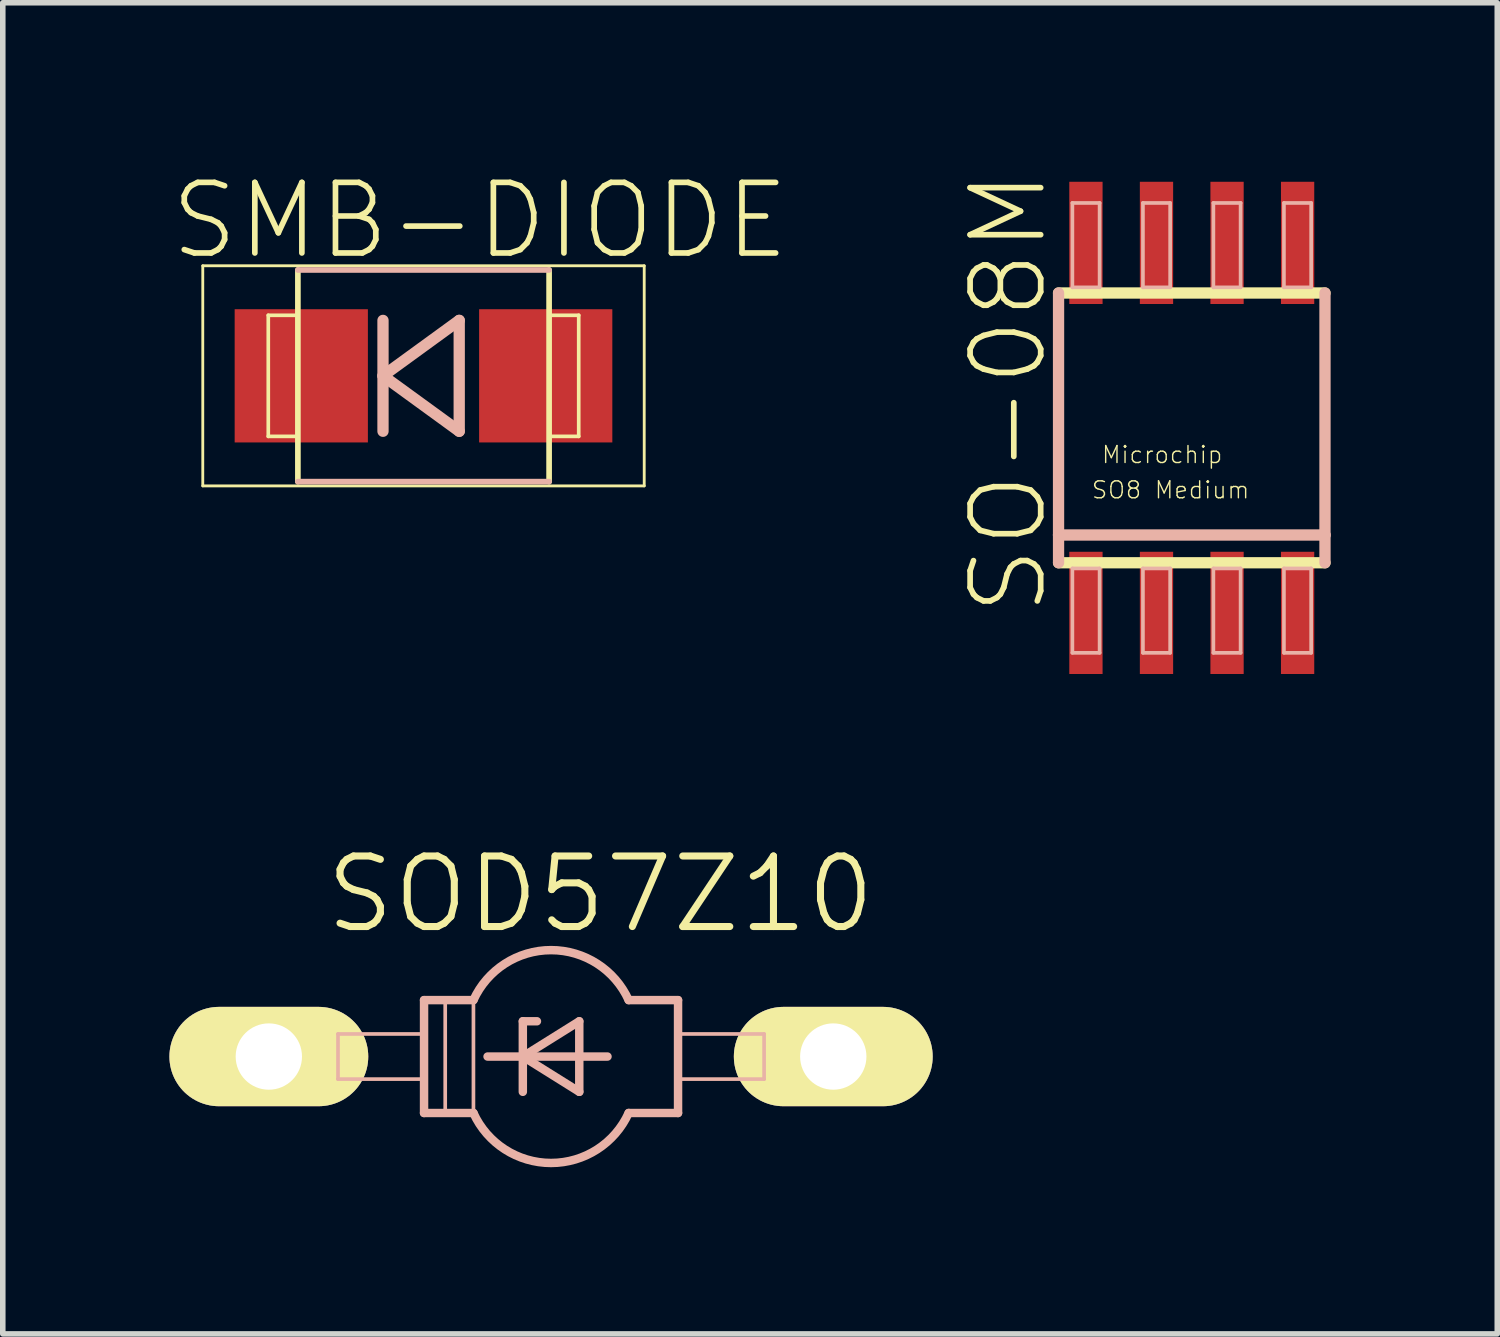
<source format=kicad_pcb>
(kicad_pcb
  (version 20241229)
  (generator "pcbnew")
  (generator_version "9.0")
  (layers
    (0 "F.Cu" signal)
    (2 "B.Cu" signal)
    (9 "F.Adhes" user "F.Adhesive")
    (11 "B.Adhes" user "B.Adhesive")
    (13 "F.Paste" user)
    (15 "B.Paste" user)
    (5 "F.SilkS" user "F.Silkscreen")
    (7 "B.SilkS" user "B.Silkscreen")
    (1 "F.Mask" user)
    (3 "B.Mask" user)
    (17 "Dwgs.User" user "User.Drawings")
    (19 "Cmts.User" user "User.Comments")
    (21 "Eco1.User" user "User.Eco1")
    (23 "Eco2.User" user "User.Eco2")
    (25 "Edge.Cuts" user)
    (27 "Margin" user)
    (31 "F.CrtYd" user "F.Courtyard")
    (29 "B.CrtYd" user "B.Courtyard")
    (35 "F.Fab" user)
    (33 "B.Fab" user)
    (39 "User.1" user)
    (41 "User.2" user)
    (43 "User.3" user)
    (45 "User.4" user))
  (footprint "SO-08M"
    (layer "F.Cu")
    (at 18.402 4.652)
    (property "Reference" "SO-08M" (at -3.302 -0.635 90) (layer "F.SilkS") (effects (font (size 1.27 1.27) (thickness 0.102))))
    (attr smd)
    (fp_line (start -2.398 -2.428) (end 2.398 -2.428) (stroke (width 0.203) (type solid)) (layer "F.SilkS"))
    (fp_line (start 2.398 2.428) (end -2.398 2.428) (stroke (width 0.203) (type solid)) (layer "F.SilkS"))
    (fp_line (start -2.398 1.928) (end -2.398 -2.428) (stroke (width 0.203) (type solid)) (layer "B.SilkS"))
    (fp_line (start -2.398 2.428) (end -2.398 1.928) (stroke (width 0.203) (type solid)) (layer "B.SilkS"))
    (fp_line (start -2.149 -4.049) (end -1.659 -4.049) (stroke (width 0.066) (type solid)) (layer "B.SilkS"))
    (fp_line (start -2.149 -2.53) (end -2.149 -4.049) (stroke (width 0.066) (type solid)) (layer "B.SilkS"))
    (fp_line (start -2.149 -2.53) (end -1.659 -2.53) (stroke (width 0.066) (type solid)) (layer "B.SilkS"))
    (fp_line (start -2.149 2.53) (end -1.659 2.53) (stroke (width 0.066) (type solid)) (layer "B.SilkS"))
    (fp_line (start -2.149 4.049) (end -2.149 2.53) (stroke (width 0.066) (type solid)) (layer "B.SilkS"))
    (fp_line (start -2.149 4.049) (end -1.659 4.049) (stroke (width 0.066) (type solid)) (layer "B.SilkS"))
    (fp_line (start -1.659 -2.53) (end -1.659 -4.049) (stroke (width 0.066) (type solid)) (layer "B.SilkS"))
    (fp_line (start -1.659 4.049) (end -1.659 2.53) (stroke (width 0.066) (type solid)) (layer "B.SilkS"))
    (fp_line (start -0.879 -4.049) (end -0.389 -4.049) (stroke (width 0.066) (type solid)) (layer "B.SilkS"))
    (fp_line (start -0.879 -2.53) (end -0.879 -4.049) (stroke (width 0.066) (type solid)) (layer "B.SilkS"))
    (fp_line (start -0.879 -2.53) (end -0.389 -2.53) (stroke (width 0.066) (type solid)) (layer "B.SilkS"))
    (fp_line (start -0.879 2.53) (end -0.389 2.53) (stroke (width 0.066) (type solid)) (layer "B.SilkS"))
    (fp_line (start -0.879 4.049) (end -0.879 2.53) (stroke (width 0.066) (type solid)) (layer "B.SilkS"))
    (fp_line (start -0.879 4.049) (end -0.389 4.049) (stroke (width 0.066) (type solid)) (layer "B.SilkS"))
    (fp_line (start -0.389 -2.53) (end -0.389 -4.049) (stroke (width 0.066) (type solid)) (layer "B.SilkS"))
    (fp_line (start -0.389 4.049) (end -0.389 2.53) (stroke (width 0.066) (type solid)) (layer "B.SilkS"))
    (fp_line (start 0.389 -4.049) (end 0.879 -4.049) (stroke (width 0.066) (type solid)) (layer "B.SilkS"))
    (fp_line (start 0.389 -2.53) (end 0.389 -4.049) (stroke (width 0.066) (type solid)) (layer "B.SilkS"))
    (fp_line (start 0.389 -2.53) (end 0.879 -2.53) (stroke (width 0.066) (type solid)) (layer "B.SilkS"))
    (fp_line (start 0.389 2.53) (end 0.879 2.53) (stroke (width 0.066) (type solid)) (layer "B.SilkS"))
    (fp_line (start 0.389 4.049) (end 0.389 2.53) (stroke (width 0.066) (type solid)) (layer "B.SilkS"))
    (fp_line (start 0.389 4.049) (end 0.879 4.049) (stroke (width 0.066) (type solid)) (layer "B.SilkS"))
    (fp_line (start 0.879 -2.53) (end 0.879 -4.049) (stroke (width 0.066) (type solid)) (layer "B.SilkS"))
    (fp_line (start 0.879 4.049) (end 0.879 2.53) (stroke (width 0.066) (type solid)) (layer "B.SilkS"))
    (fp_line (start 1.659 -4.049) (end 2.149 -4.049) (stroke (width 0.066) (type solid)) (layer "B.SilkS"))
    (fp_line (start 1.659 -2.53) (end 1.659 -4.049) (stroke (width 0.066) (type solid)) (layer "B.SilkS"))
    (fp_line (start 1.659 -2.53) (end 2.149 -2.53) (stroke (width 0.066) (type solid)) (layer "B.SilkS"))
    (fp_line (start 1.659 2.53) (end 2.149 2.53) (stroke (width 0.066) (type solid)) (layer "B.SilkS"))
    (fp_line (start 1.659 4.049) (end 1.659 2.53) (stroke (width 0.066) (type solid)) (layer "B.SilkS"))
    (fp_line (start 1.659 4.049) (end 2.149 4.049) (stroke (width 0.066) (type solid)) (layer "B.SilkS"))
    (fp_line (start 2.149 -2.53) (end 2.149 -4.049) (stroke (width 0.066) (type solid)) (layer "B.SilkS"))
    (fp_line (start 2.149 4.049) (end 2.149 2.53) (stroke (width 0.066) (type solid)) (layer "B.SilkS"))
    (fp_line (start 2.398 -2.428) (end 2.398 1.928) (stroke (width 0.203) (type solid)) (layer "B.SilkS"))
    (fp_line (start 2.398 1.928) (end -2.398 1.928) (stroke (width 0.203) (type solid)) (layer "B.SilkS"))
    (fp_line (start 2.398 1.928) (end 2.398 2.428) (stroke (width 0.203) (type solid)) (layer "B.SilkS"))
    (fp_text user "SO8 Medium" (at -0.381 1.118 0) (layer "F.SilkS") (effects (font (size 0.305 0.305) (thickness 0.025))))
    (fp_text user "Microchip" (at -0.533 0.483 0) (layer "F.SilkS") (effects (font (size 0.305 0.305) (thickness 0.025))))
    (pad "1" smd rect (at -1.905 3.33) (size 0.599 2.2) (layers "F.Cu" "F.Mask" "F.Paste"))
    (pad "2" smd rect (at -0.635 3.33) (size 0.599 2.2) (layers "F.Cu" "F.Mask" "F.Paste"))
    (pad "3" smd rect (at 0.635 3.33) (size 0.599 2.2) (layers "F.Cu" "F.Mask" "F.Paste"))
    (pad "4" smd rect (at 1.905 3.33) (size 0.599 2.2) (layers "F.Cu" "F.Mask" "F.Paste"))
    (pad "5" smd rect (at 1.905 -3.33) (size 0.599 2.2) (layers "F.Cu" "F.Mask" "F.Paste"))
    (pad "6" smd rect (at 0.635 -3.33) (size 0.599 2.2) (layers "F.Cu" "F.Mask" "F.Paste"))
    (pad "7" smd rect (at -0.635 -3.33) (size 0.599 2.2) (layers "F.Cu" "F.Mask" "F.Paste"))
    (pad "8" smd rect (at -1.905 -3.33) (size 0.599 2.2) (layers "F.Cu" "F.Mask" "F.Paste")))
  (footprint "SOD57Z10"
    (layer "F.Cu")
    (at 6.869 15.968)
    (property "Reference" "SOD57Z10" (at 0.889 -2.921 0) (layer "F.SilkS") (effects (font (size 1.27 1.27) (thickness 0.127))))
    (attr exclude_from_pos_files exclude_from_bom)
    (fp_line (start -5.08 0) (end -3.81 0) (stroke (width 0.813) (type solid)) (layer "F.SilkS"))
    (fp_line (start 5.08 0) (end 3.81 0) (stroke (width 0.813) (type solid)) (layer "F.SilkS"))
    (fp_line (start -3.835 -0.406) (end -2.286 -0.406) (stroke (width 0.066) (type solid)) (layer "B.SilkS"))
    (fp_line (start -3.835 0.406) (end -3.835 -0.406) (stroke (width 0.066) (type solid)) (layer "B.SilkS"))
    (fp_line (start -3.835 0.406) (end -2.286 0.406) (stroke (width 0.066) (type solid)) (layer "B.SilkS"))
    (fp_line (start -2.286 -1.016) (end -2.286 1.016) (stroke (width 0.152) (type solid)) (layer "B.SilkS"))
    (fp_line (start -2.286 -1.016) (end -1.397 -1.016) (stroke (width 0.152) (type solid)) (layer "B.SilkS"))
    (fp_line (start -2.286 0.406) (end -2.286 -0.406) (stroke (width 0.066) (type solid)) (layer "B.SilkS"))
    (fp_line (start -2.286 1.016) (end -1.397 1.016) (stroke (width 0.152) (type solid)) (layer "B.SilkS"))
    (fp_line (start -1.905 -1.016) (end -1.397 -1.016) (stroke (width 0.066) (type solid)) (layer "B.SilkS"))
    (fp_line (start -1.905 1.016) (end -1.905 -1.016) (stroke (width 0.066) (type solid)) (layer "B.SilkS"))
    (fp_line (start -1.905 1.016) (end -1.397 1.016) (stroke (width 0.066) (type solid)) (layer "B.SilkS"))
    (fp_line (start -1.397 1.016) (end -1.397 -1.016) (stroke (width 0.066) (type solid)) (layer "B.SilkS"))
    (fp_line (start -1.143 0) (end -0.508 0) (stroke (width 0.152) (type solid)) (layer "B.SilkS"))
    (fp_line (start -0.508 -0.635) (end -0.508 0) (stroke (width 0.152) (type solid)) (layer "B.SilkS"))
    (fp_line (start -0.508 0) (end -0.508 0.635) (stroke (width 0.152) (type solid)) (layer "B.SilkS"))
    (fp_line (start -0.508 0) (end 0.508 -0.635) (stroke (width 0.152) (type solid)) (layer "B.SilkS"))
    (fp_line (start -0.508 0) (end 1.016 0) (stroke (width 0.152) (type solid)) (layer "B.SilkS"))
    (fp_line (start -0.254 -0.635) (end -0.508 -0.635) (stroke (width 0.152) (type solid)) (layer "B.SilkS"))
    (fp_line (start 0.508 -0.635) (end 0.508 0.635) (stroke (width 0.152) (type solid)) (layer "B.SilkS"))
    (fp_line (start 0.508 0.635) (end -0.508 0) (stroke (width 0.152) (type solid)) (layer "B.SilkS"))
    (fp_line (start 1.397 1.016) (end 2.286 1.016) (stroke (width 0.152) (type solid)) (layer "B.SilkS"))
    (fp_line (start 2.286 -1.016) (end 1.397 -1.016) (stroke (width 0.152) (type solid)) (layer "B.SilkS"))
    (fp_line (start 2.286 -0.406) (end 3.835 -0.406) (stroke (width 0.066) (type solid)) (layer "B.SilkS"))
    (fp_line (start 2.286 0.406) (end 2.286 -0.406) (stroke (width 0.066) (type solid)) (layer "B.SilkS"))
    (fp_line (start 2.286 0.406) (end 3.835 0.406) (stroke (width 0.066) (type solid)) (layer "B.SilkS"))
    (fp_line (start 2.286 1.016) (end 2.286 -1.016) (stroke (width 0.152) (type solid)) (layer "B.SilkS"))
    (fp_line (start 3.835 0.406) (end 3.835 -0.406) (stroke (width 0.066) (type solid)) (layer "B.SilkS"))
    (fp_arc (start -1.397 -1.016) (mid -0.000162 -1.915547) (end 1.396866 -1.016295) (stroke (width 0.1524) (type solid)) (layer "B.SilkS"))
    (fp_arc (start 1.397 1.016) (mid 0.000162 1.915547) (end -1.396866 1.016295) (stroke (width 0.1524) (type solid)) (layer "B.SilkS"))
    (pad "A" thru_hole oval (at 5.08 0 90) (size 1.788 3.579) (drill 1.194) (layers "*.Cu" "F.Mask" "F.SilkS" "F.Paste"))
    (pad "C" thru_hole oval (at -5.08 0 90) (size 1.788 3.579) (drill 1.194) (layers "*.Cu" "F.Mask" "F.SilkS" "F.Paste")))
  (footprint "SMB-DIODE"
    (layer "F.Cu")
    (at 4.573 3.715)
    (property "Reference" "SMB-DIODE" (at 1.016 -2.794 0) (layer "F.SilkS") (effects (font (size 1.27 1.27) (thickness 0.102))))
    (attr smd)
    (fp_line (start -3.973 -1.981) (end 3.973 -1.981) (stroke (width 0.051) (type solid)) (layer "F.SilkS"))
    (fp_line (start -3.973 1.981) (end -3.973 -1.981) (stroke (width 0.051) (type solid)) (layer "F.SilkS"))
    (fp_line (start -2.794 -1.09) (end -2.261 -1.09) (stroke (width 0.066) (type solid)) (layer "F.SilkS"))
    (fp_line (start -2.794 1.09) (end -2.794 -1.09) (stroke (width 0.066) (type solid)) (layer "F.SilkS"))
    (fp_line (start -2.794 1.09) (end -2.261 1.09) (stroke (width 0.066) (type solid)) (layer "F.SilkS"))
    (fp_line (start -2.261 1.09) (end -2.261 -1.09) (stroke (width 0.066) (type solid)) (layer "F.SilkS"))
    (fp_line (start -2.261 1.905) (end -2.261 -1.905) (stroke (width 0.102) (type solid)) (layer "F.SilkS"))
    (fp_line (start 2.261 -1.09) (end 2.794 -1.09) (stroke (width 0.066) (type solid)) (layer "F.SilkS"))
    (fp_line (start 2.261 1.09) (end 2.261 -1.09) (stroke (width 0.066) (type solid)) (layer "F.SilkS"))
    (fp_line (start 2.261 1.09) (end 2.794 1.09) (stroke (width 0.066) (type solid)) (layer "F.SilkS"))
    (fp_line (start 2.261 1.905) (end 2.261 -1.905) (stroke (width 0.102) (type solid)) (layer "F.SilkS"))
    (fp_line (start 2.794 1.09) (end 2.794 -1.09) (stroke (width 0.066) (type solid)) (layer "F.SilkS"))
    (fp_line (start 3.973 -1.981) (end 3.973 1.981) (stroke (width 0.051) (type solid)) (layer "F.SilkS"))
    (fp_line (start 3.973 1.981) (end -3.973 1.981) (stroke (width 0.051) (type solid)) (layer "F.SilkS"))
    (fp_line (start -2.261 -1.905) (end 2.261 -1.905) (stroke (width 0.102) (type solid)) (layer "B.SilkS"))
    (fp_line (start -2.261 1.905) (end 2.261 1.905) (stroke (width 0.102) (type solid)) (layer "B.SilkS"))
    (fp_line (start -0.729 -0.998) (end -0.729 0.998) (stroke (width 0.203) (type solid)) (layer "B.SilkS"))
    (fp_line (start -0.729 0) (end 0.643 0.998) (stroke (width 0.203) (type solid)) (layer "B.SilkS"))
    (fp_line (start 0.643 -0.998) (end -0.729 0) (stroke (width 0.203) (type solid)) (layer "B.SilkS"))
    (fp_line (start 0.643 0.998) (end 0.643 -0.998) (stroke (width 0.203) (type solid)) (layer "B.SilkS"))
    (pad "A" smd rect (at 2.2 0) (size 2.398 2.398) (layers "F.Cu" "F.Mask" "F.Paste"))
    (pad "C" smd rect (at -2.2 0) (size 2.398 2.398) (layers "F.Cu" "F.Mask" "F.Paste")))
  (gr_rect
    (start -3 -3)
    (end 23.901 20.96)
    (stroke (width 0.1) (type default))
    (fill no)
    (layer "Edge.Cuts")))
</source>
